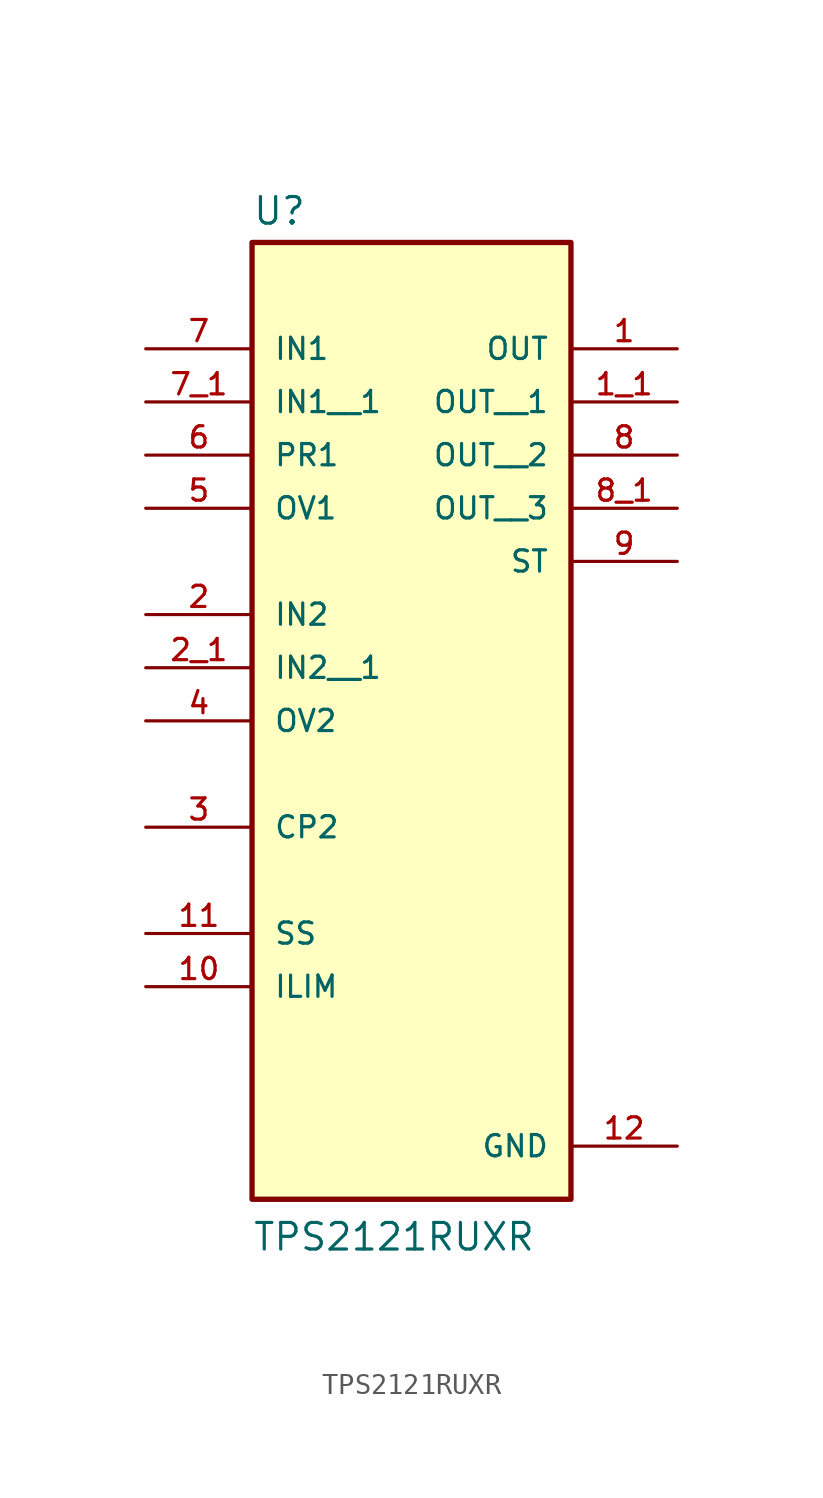
<source format=kicad_sym>
(kicad_symbol_lib
  (version 20211014)
  (generator kicad_symbol_editor)
  (symbol "TPS2121RUXR"
    (pin_names
      (offset 1.016))
    (property "Reference" "U"
      (at -7.62 21.082 0)
      (effects (font (size 1.27 1.27)) (justify bottom left)))
    (property "Value" "TPS2121RUXR"
      (at -7.62 -27.94 0)
      (effects (font (size 1.27 1.27)) (justify bottom left)))
    (symbol "TPS2121RUXR_0_0"
      (rectangle (start -7.62 -25.4) (end 7.62 20.32) (stroke (width 0.254)) (fill (type background)))
      (pin input line (at -12.7 15.24 0) (length 5.08) (name "IN1" (effects (font (size 1.016 1.016)))) (number "7" (effects (font (size 1.016 1.016)))))
      (pin input line (at -12.7 2.54 0) (length 5.08) (name "IN2" (effects (font (size 1.016 1.016)))) (number "2" (effects (font (size 1.016 1.016)))))
      (pin output line (at 12.7 15.24 180.0) (length 5.08) (name "OUT" (effects (font (size 1.016 1.016)))) (number "1" (effects (font (size 1.016 1.016)))))
      (pin output line (at 12.7 5.08 180.0) (length 5.08) (name "ST" (effects (font (size 1.016 1.016)))) (number "9" (effects (font (size 1.016 1.016)))))
      (pin passive line (at -12.7 -15.24 0) (length 5.08) (name "ILIM" (effects (font (size 1.016 1.016)))) (number "10" (effects (font (size 1.016 1.016)))))
      (pin passive line (at -12.7 -12.7 0) (length 5.08) (name "SS" (effects (font (size 1.016 1.016)))) (number "11" (effects (font (size 1.016 1.016)))))
      (pin power_in line (at 12.7 -22.86 180.0) (length 5.08) (name "GND" (effects (font (size 1.016 1.016)))) (number "12" (effects (font (size 1.016 1.016)))))
      (pin input line (at -12.7 10.16 0) (length 5.08) (name "PR1" (effects (font (size 1.016 1.016)))) (number "6" (effects (font (size 1.016 1.016)))))
      (pin input line (at -12.7 7.62 0) (length 5.08) (name "OV1" (effects (font (size 1.016 1.016)))) (number "5" (effects (font (size 1.016 1.016)))))
      (pin input line (at -12.7 -2.54 0) (length 5.08) (name "OV2" (effects (font (size 1.016 1.016)))) (number "4" (effects (font (size 1.016 1.016)))))
      (pin input line (at -12.7 -7.62 0) (length 5.08) (name "CP2" (effects (font (size 1.016 1.016)))) (number "3" (effects (font (size 1.016 1.016)))))
      (pin input line (at -12.7 12.7 0) (length 5.08) (name "IN1__1" (effects (font (size 1.016 1.016)))) (number "7_1" (effects (font (size 1.016 1.016)))))
      (pin input line (at -12.7 0.0 0) (length 5.08) (name "IN2__1" (effects (font (size 1.016 1.016)))) (number "2_1" (effects (font (size 1.016 1.016)))))
      (pin output line (at 12.7 12.7 180.0) (length 5.08) (name "OUT__1" (effects (font (size 1.016 1.016)))) (number "1_1" (effects (font (size 1.016 1.016)))))
      (pin output line (at 12.7 10.16 180.0) (length 5.08) (name "OUT__2" (effects (font (size 1.016 1.016)))) (number "8" (effects (font (size 1.016 1.016)))))
      (pin output line (at 12.7 7.62 180.0) (length 5.08) (name "OUT__3" (effects (font (size 1.016 1.016)))) (number "8_1" (effects (font (size 1.016 1.016))))))))
</source>
